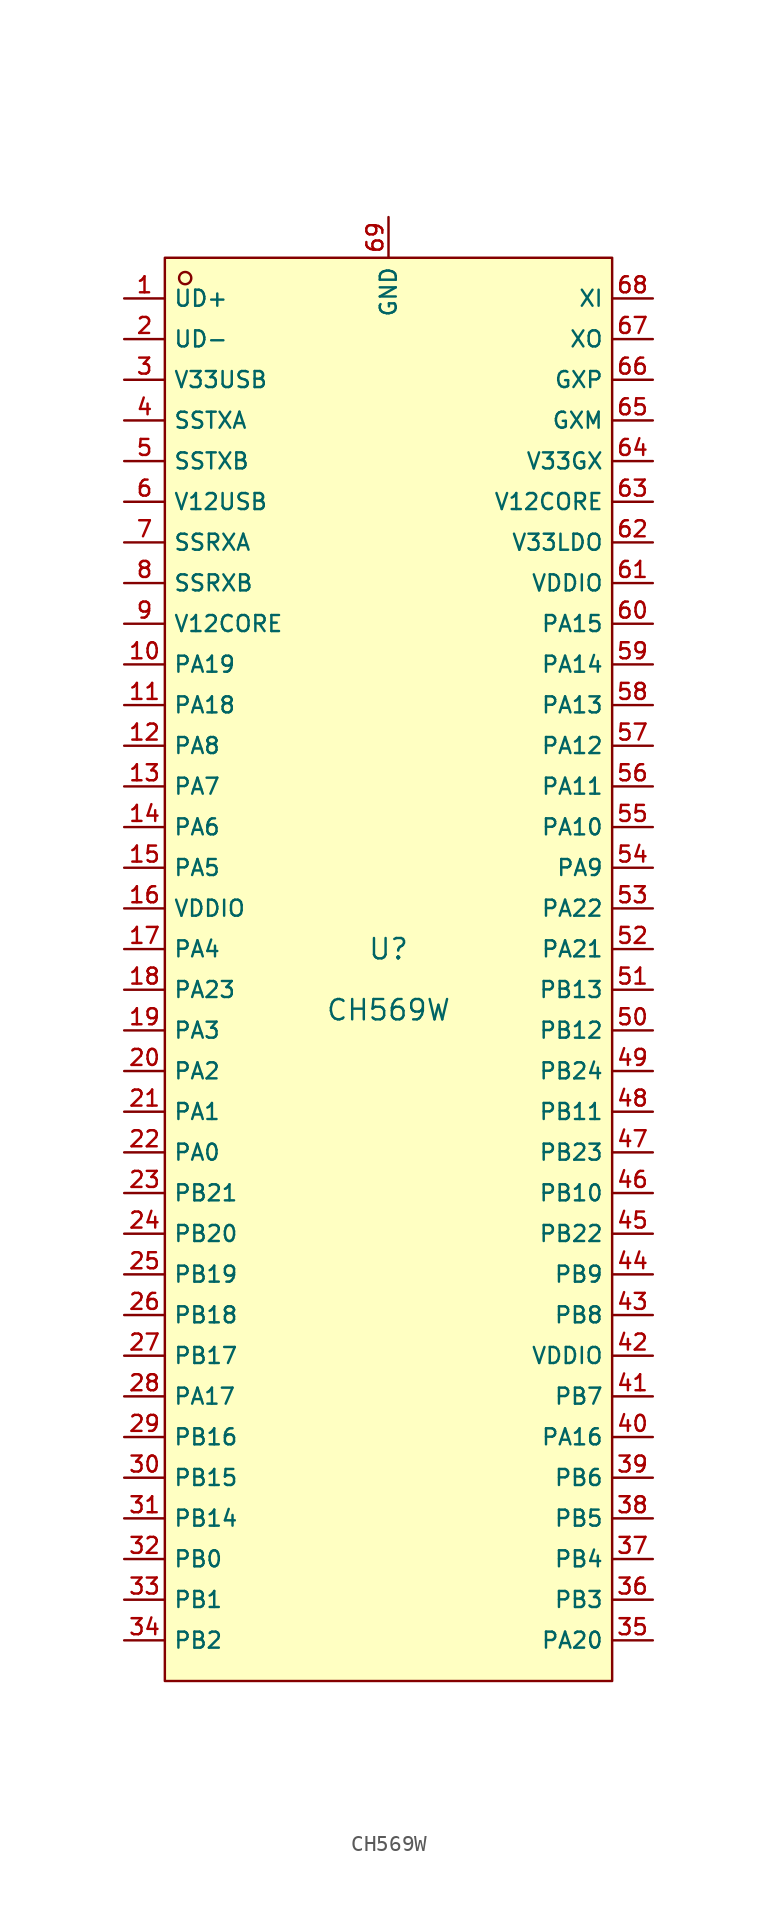
<source format=kicad_sym>
(kicad_symbol_lib
  (version 20210201)
  (generator TousstNicolas/JLC2KiCad_lib)
  (symbol "CH569W"
    (property "Reference" "U"
      (at 0 1.27 0)
      (effects (font (size 1.27 1.27))))
    (property "Value" "CH569W"
      (at 0 -2.54 0)
      (effects (font (size 1.27 1.27))))
    (symbol "CH569W_0_1"
      (rectangle (start -13.97 44.45) (end 13.97 -44.45) (stroke (width 0) (type default) (color 0 0 0 0)) (fill (type background)))
      (circle (center -12.7 43.18) (radius 0.381) (stroke (width 0) (type default) (color 0 0 0 0)) (fill (type background)))
      (pin unspecified line (at -16.51 41.91 0) (length 2.54) (name "UD+" (effects (font (size 1 1)))) (number "1" (effects (font (size 1 1)))))
      (pin unspecified line (at -16.51 39.37 0) (length 2.54) (name "UD-" (effects (font (size 1 1)))) (number "2" (effects (font (size 1 1)))))
      (pin unspecified line (at -16.51 36.83 0) (length 2.54) (name "V33USB" (effects (font (size 1 1)))) (number "3" (effects (font (size 1 1)))))
      (pin unspecified line (at -16.51 34.29 0) (length 2.54) (name "SSTXA" (effects (font (size 1 1)))) (number "4" (effects (font (size 1 1)))))
      (pin unspecified line (at -16.51 31.75 0) (length 2.54) (name "SSTXB" (effects (font (size 1 1)))) (number "5" (effects (font (size 1 1)))))
      (pin unspecified line (at -16.51 29.21 0) (length 2.54) (name "V12USB" (effects (font (size 1 1)))) (number "6" (effects (font (size 1 1)))))
      (pin unspecified line (at -16.51 26.67 0) (length 2.54) (name "SSRXA" (effects (font (size 1 1)))) (number "7" (effects (font (size 1 1)))))
      (pin unspecified line (at -16.51 24.13 0) (length 2.54) (name "SSRXB" (effects (font (size 1 1)))) (number "8" (effects (font (size 1 1)))))
      (pin unspecified line (at -16.51 21.59 0) (length 2.54) (name "V12CORE" (effects (font (size 1 1)))) (number "9" (effects (font (size 1 1)))))
      (pin unspecified line (at -16.51 19.05 0) (length 2.54) (name "PA19" (effects (font (size 1 1)))) (number "10" (effects (font (size 1 1)))))
      (pin unspecified line (at -16.51 16.51 0) (length 2.54) (name "PA18" (effects (font (size 1 1)))) (number "11" (effects (font (size 1 1)))))
      (pin unspecified line (at -16.51 13.97 0) (length 2.54) (name "PA8" (effects (font (size 1 1)))) (number "12" (effects (font (size 1 1)))))
      (pin unspecified line (at -16.51 11.43 0) (length 2.54) (name "PA7" (effects (font (size 1 1)))) (number "13" (effects (font (size 1 1)))))
      (pin unspecified line (at -16.51 8.89 0) (length 2.54) (name "PA6" (effects (font (size 1 1)))) (number "14" (effects (font (size 1 1)))))
      (pin unspecified line (at -16.51 6.35 0) (length 2.54) (name "PA5" (effects (font (size 1 1)))) (number "15" (effects (font (size 1 1)))))
      (pin unspecified line (at -16.51 3.81 0) (length 2.54) (name "VDDIO" (effects (font (size 1 1)))) (number "16" (effects (font (size 1 1)))))
      (pin unspecified line (at -16.51 1.27 0) (length 2.54) (name "PA4" (effects (font (size 1 1)))) (number "17" (effects (font (size 1 1)))))
      (pin unspecified line (at -16.51 -1.27 0) (length 2.54) (name "PA23" (effects (font (size 1 1)))) (number "18" (effects (font (size 1 1)))))
      (pin unspecified line (at -16.51 -3.81 0) (length 2.54) (name "PA3" (effects (font (size 1 1)))) (number "19" (effects (font (size 1 1)))))
      (pin unspecified line (at -16.51 -6.35 0) (length 2.54) (name "PA2" (effects (font (size 1 1)))) (number "20" (effects (font (size 1 1)))))
      (pin unspecified line (at -16.51 -8.89 0) (length 2.54) (name "PA1" (effects (font (size 1 1)))) (number "21" (effects (font (size 1 1)))))
      (pin unspecified line (at -16.51 -11.43 0) (length 2.54) (name "PA0" (effects (font (size 1 1)))) (number "22" (effects (font (size 1 1)))))
      (pin unspecified line (at -16.51 -13.97 0) (length 2.54) (name "PB21" (effects (font (size 1 1)))) (number "23" (effects (font (size 1 1)))))
      (pin unspecified line (at -16.51 -16.51 0) (length 2.54) (name "PB20" (effects (font (size 1 1)))) (number "24" (effects (font (size 1 1)))))
      (pin unspecified line (at -16.51 -19.05 0) (length 2.54) (name "PB19" (effects (font (size 1 1)))) (number "25" (effects (font (size 1 1)))))
      (pin unspecified line (at -16.51 -21.59 0) (length 2.54) (name "PB18" (effects (font (size 1 1)))) (number "26" (effects (font (size 1 1)))))
      (pin unspecified line (at -16.51 -24.13 0) (length 2.54) (name "PB17" (effects (font (size 1 1)))) (number "27" (effects (font (size 1 1)))))
      (pin unspecified line (at -16.51 -26.67 0) (length 2.54) (name "PA17" (effects (font (size 1 1)))) (number "28" (effects (font (size 1 1)))))
      (pin unspecified line (at -16.51 -29.21 0) (length 2.54) (name "PB16" (effects (font (size 1 1)))) (number "29" (effects (font (size 1 1)))))
      (pin unspecified line (at -16.51 -31.75 0) (length 2.54) (name "PB15" (effects (font (size 1 1)))) (number "30" (effects (font (size 1 1)))))
      (pin unspecified line (at -16.51 -34.29 0) (length 2.54) (name "PB14" (effects (font (size 1 1)))) (number "31" (effects (font (size 1 1)))))
      (pin unspecified line (at -16.51 -36.83 0) (length 2.54) (name "PB0" (effects (font (size 1 1)))) (number "32" (effects (font (size 1 1)))))
      (pin unspecified line (at -16.51 -39.37 0) (length 2.54) (name "PB1" (effects (font (size 1 1)))) (number "33" (effects (font (size 1 1)))))
      (pin unspecified line (at -16.51 -41.91 0) (length 2.54) (name "PB2" (effects (font (size 1 1)))) (number "34" (effects (font (size 1 1)))))
      (pin unspecified line (at 16.51 -41.91 180) (length 2.54) (name "PA20" (effects (font (size 1 1)))) (number "35" (effects (font (size 1 1)))))
      (pin unspecified line (at 16.51 -39.37 180) (length 2.54) (name "PB3" (effects (font (size 1 1)))) (number "36" (effects (font (size 1 1)))))
      (pin unspecified line (at 16.51 -36.83 180) (length 2.54) (name "PB4" (effects (font (size 1 1)))) (number "37" (effects (font (size 1 1)))))
      (pin unspecified line (at 16.51 -34.29 180) (length 2.54) (name "PB5" (effects (font (size 1 1)))) (number "38" (effects (font (size 1 1)))))
      (pin unspecified line (at 16.51 -31.75 180) (length 2.54) (name "PB6" (effects (font (size 1 1)))) (number "39" (effects (font (size 1 1)))))
      (pin unspecified line (at 16.51 -29.21 180) (length 2.54) (name "PA16" (effects (font (size 1 1)))) (number "40" (effects (font (size 1 1)))))
      (pin unspecified line (at 16.51 -26.67 180) (length 2.54) (name "PB7" (effects (font (size 1 1)))) (number "41" (effects (font (size 1 1)))))
      (pin unspecified line (at 16.51 -24.13 180) (length 2.54) (name "VDDIO" (effects (font (size 1 1)))) (number "42" (effects (font (size 1 1)))))
      (pin unspecified line (at 16.51 -21.59 180) (length 2.54) (name "PB8" (effects (font (size 1 1)))) (number "43" (effects (font (size 1 1)))))
      (pin unspecified line (at 16.51 -19.05 180) (length 2.54) (name "PB9" (effects (font (size 1 1)))) (number "44" (effects (font (size 1 1)))))
      (pin unspecified line (at 16.51 -16.51 180) (length 2.54) (name "PB22" (effects (font (size 1 1)))) (number "45" (effects (font (size 1 1)))))
      (pin unspecified line (at 16.51 -13.97 180) (length 2.54) (name "PB10" (effects (font (size 1 1)))) (number "46" (effects (font (size 1 1)))))
      (pin unspecified line (at 16.51 -11.43 180) (length 2.54) (name "PB23" (effects (font (size 1 1)))) (number "47" (effects (font (size 1 1)))))
      (pin unspecified line (at 16.51 -8.89 180) (length 2.54) (name "PB11" (effects (font (size 1 1)))) (number "48" (effects (font (size 1 1)))))
      (pin unspecified line (at 16.51 -6.35 180) (length 2.54) (name "PB24" (effects (font (size 1 1)))) (number "49" (effects (font (size 1 1)))))
      (pin unspecified line (at 16.51 -3.81 180) (length 2.54) (name "PB12" (effects (font (size 1 1)))) (number "50" (effects (font (size 1 1)))))
      (pin unspecified line (at 16.51 -1.27 180) (length 2.54) (name "PB13" (effects (font (size 1 1)))) (number "51" (effects (font (size 1 1)))))
      (pin unspecified line (at 16.51 1.27 180) (length 2.54) (name "PA21" (effects (font (size 1 1)))) (number "52" (effects (font (size 1 1)))))
      (pin unspecified line (at 16.51 3.81 180) (length 2.54) (name "PA22" (effects (font (size 1 1)))) (number "53" (effects (font (size 1 1)))))
      (pin unspecified line (at 16.51 6.35 180) (length 2.54) (name "PA9" (effects (font (size 1 1)))) (number "54" (effects (font (size 1 1)))))
      (pin unspecified line (at 16.51 8.89 180) (length 2.54) (name "PA10" (effects (font (size 1 1)))) (number "55" (effects (font (size 1 1)))))
      (pin unspecified line (at 16.51 11.43 180) (length 2.54) (name "PA11" (effects (font (size 1 1)))) (number "56" (effects (font (size 1 1)))))
      (pin unspecified line (at 16.51 13.97 180) (length 2.54) (name "PA12" (effects (font (size 1 1)))) (number "57" (effects (font (size 1 1)))))
      (pin unspecified line (at 16.51 16.51 180) (length 2.54) (name "PA13" (effects (font (size 1 1)))) (number "58" (effects (font (size 1 1)))))
      (pin unspecified line (at 16.51 19.05 180) (length 2.54) (name "PA14" (effects (font (size 1 1)))) (number "59" (effects (font (size 1 1)))))
      (pin unspecified line (at 16.51 21.59 180) (length 2.54) (name "PA15" (effects (font (size 1 1)))) (number "60" (effects (font (size 1 1)))))
      (pin unspecified line (at 16.51 24.13 180) (length 2.54) (name "VDDIO" (effects (font (size 1 1)))) (number "61" (effects (font (size 1 1)))))
      (pin unspecified line (at 16.51 26.67 180) (length 2.54) (name "V33LDO" (effects (font (size 1 1)))) (number "62" (effects (font (size 1 1)))))
      (pin unspecified line (at 16.51 29.21 180) (length 2.54) (name "V12CORE" (effects (font (size 1 1)))) (number "63" (effects (font (size 1 1)))))
      (pin unspecified line (at 16.51 31.75 180) (length 2.54) (name "V33GX" (effects (font (size 1 1)))) (number "64" (effects (font (size 1 1)))))
      (pin unspecified line (at 16.51 34.29 180) (length 2.54) (name "GXM" (effects (font (size 1 1)))) (number "65" (effects (font (size 1 1)))))
      (pin unspecified line (at 16.51 36.83 180) (length 2.54) (name "GXP" (effects (font (size 1 1)))) (number "66" (effects (font (size 1 1)))))
      (pin unspecified line (at 16.51 39.37 180) (length 2.54) (name "XO" (effects (font (size 1 1)))) (number "67" (effects (font (size 1 1)))))
      (pin unspecified line (at 16.51 41.91 180) (length 2.54) (name "XI" (effects (font (size 1 1)))) (number "68" (effects (font (size 1 1)))))
      (pin unspecified line (at 0.0 46.99 270) (length 2.54) (name "GND" (effects (font (size 1 1)))) (number "69" (effects (font (size 1 1))))))))
</source>
